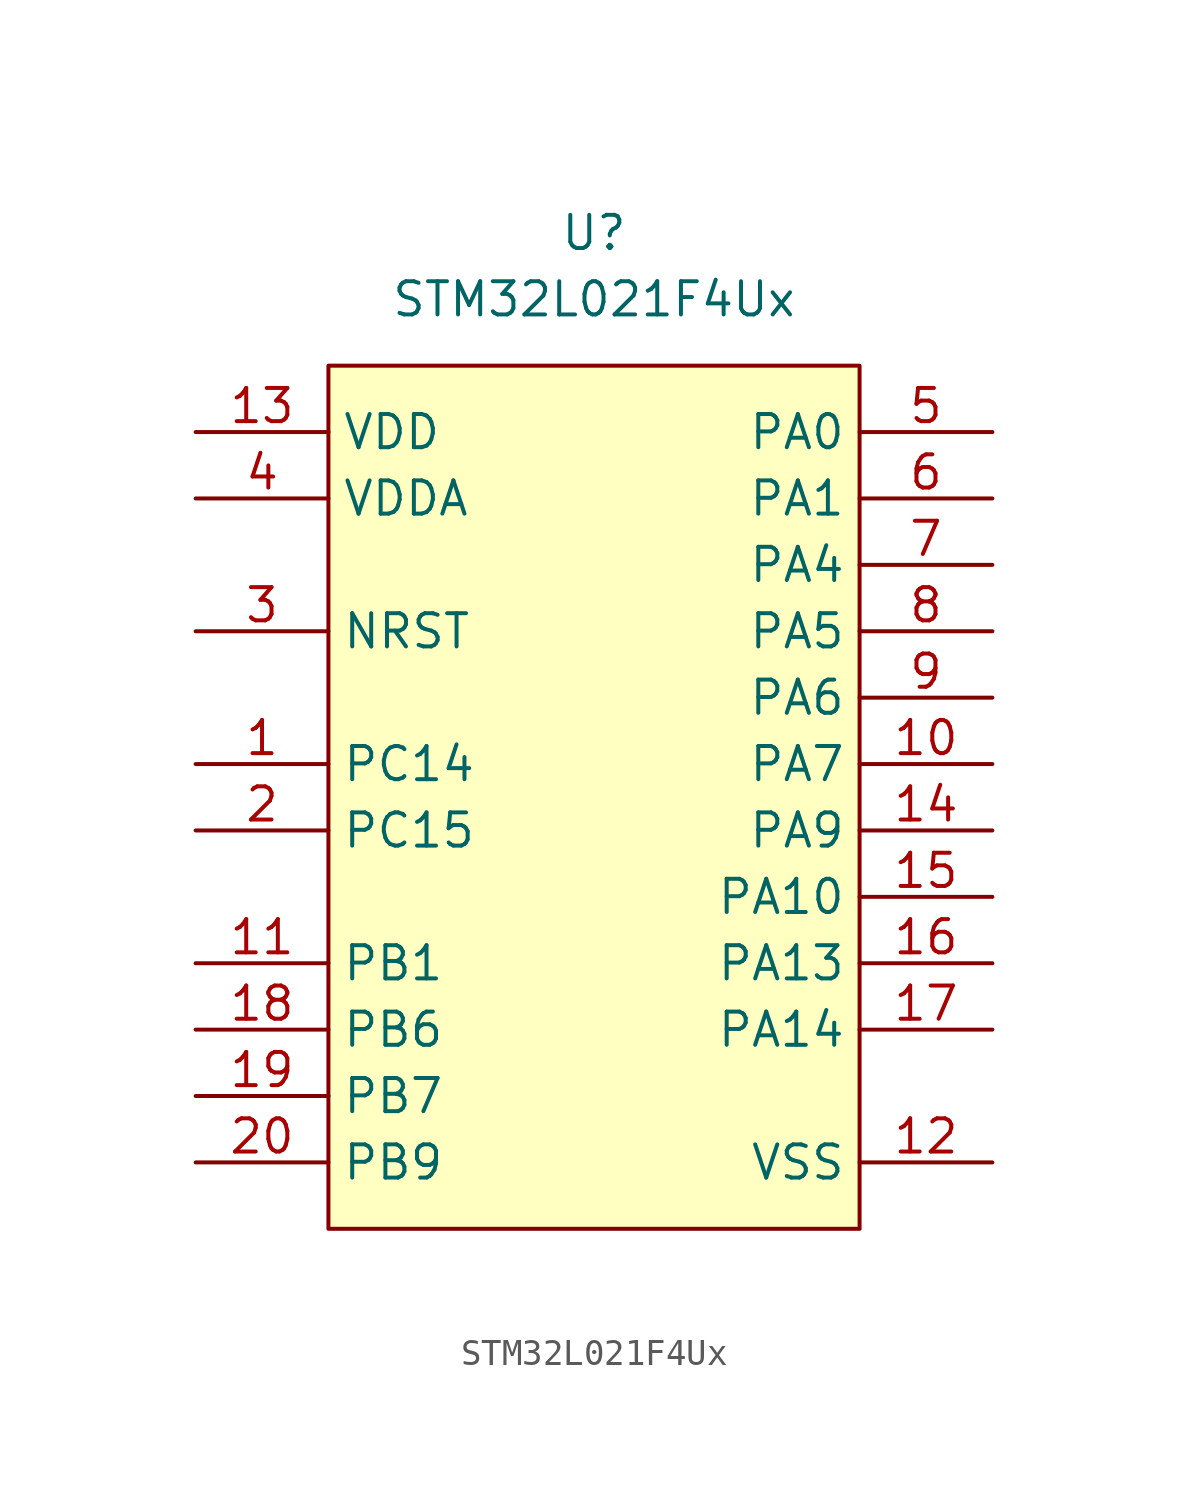
<source format=kicad_sym>
(kicad_symbol_lib
  (version 20241209)
  (generator "kicad_symbol_editor")
  (generator_version "9.0")
  (symbol "STM32L021F4Ux"
    (property "Reference" "U"
      (at 0 5.08 0)
      (effects (font (size 1.27 1.27))))
    (property "Value" "STM32L021F4Ux"
      (at 0 2.54 0)
      (effects (font (size 1.27 1.27))))
    (symbol "STM32L021F4Ux_1_1"
      (rectangle (start -10.16 0) (end 10.16 -33.02) (stroke (width 0) (type solid)) (fill (type background)))
      (pin power_in line (at -15.24 -2.54 0) (length 5.08) (name "VDD" (effects (font (size 1.27 1.27)))) (number "13" (effects (font (size 1.27 1.27)))))
      (pin power_in line (at -15.24 -5.08 0) (length 5.08) (name "VDDA" (effects (font (size 1.27 1.27)))) (number "4" (effects (font (size 1.27 1.27)))))
      (pin input line (at -15.24 -10.16 0) (length 5.08) (name "NRST" (effects (font (size 1.27 1.27)))) (number "3" (effects (font (size 1.27 1.27)))))
      (pin bidirectional line (at -15.24 -15.24 0) (length 5.08) (name "PC14" (effects (font (size 1.27 1.27)))) (number "1" (effects (font (size 1.27 1.27)))) (alternate "RCC_OSC32_IN" bidirectional line))
      (pin bidirectional line (at -15.24 -17.78 0) (length 5.08) (name "PC15" (effects (font (size 1.27 1.27)))) (number "2" (effects (font (size 1.27 1.27)))) (alternate "RCC_OSC32_OUT" bidirectional line))
      (pin bidirectional line (at -15.24 -22.86 0) (length 5.08) (name "PB1" (effects (font (size 1.27 1.27)))) (number "11" (effects (font (size 1.27 1.27)))) (alternate "ADC_IN9" bidirectional line) (alternate "LPTIM1_IN1" bidirectional line) (alternate "LPUART1_DE" bidirectional line) (alternate "LPUART1_RTS" bidirectional line) (alternate "SPI1_MOSI" bidirectional line) (alternate "SYS_VREF_OUT_PB1" bidirectional line) (alternate "TIM2_CH4" bidirectional line) (alternate "USART2_CK" bidirectional line))
      (pin bidirectional line (at -15.24 -25.4 0) (length 5.08) (name "PB6" (effects (font (size 1.27 1.27)))) (number "18" (effects (font (size 1.27 1.27)))) (alternate "COMP2_INP" bidirectional line) (alternate "I2C1_SCL" bidirectional line) (alternate "LPTIM1_ETR" bidirectional line) (alternate "LPUART1_TX" bidirectional line) (alternate "TIM2_CH3" bidirectional line) (alternate "USART2_TX" bidirectional line))
      (pin bidirectional line (at -15.24 -27.94 0) (length 5.08) (name "PB7" (effects (font (size 1.27 1.27)))) (number "19" (effects (font (size 1.27 1.27)))) (alternate "COMP2_INP" bidirectional line) (alternate "I2C1_SDA" bidirectional line) (alternate "LPTIM1_IN2" bidirectional line) (alternate "LPUART1_RX" bidirectional line) (alternate "SYS_PVD_IN" bidirectional line) (alternate "TIM2_CH4" bidirectional line) (alternate "USART2_RX" bidirectional line))
      (pin bidirectional line (at -15.24 -30.48 0) (length 5.08) (name "PB9" (effects (font (size 1.27 1.27)))) (number "20" (effects (font (size 1.27 1.27)))))
      (pin bidirectional line (at 15.24 -2.54 180) (length 5.08) (name "PA0" (effects (font (size 1.27 1.27)))) (number "5" (effects (font (size 1.27 1.27)))) (alternate "ADC_IN0" bidirectional line) (alternate "COMP1_INM" bidirectional line) (alternate "COMP1_OUT" bidirectional line) (alternate "LPTIM1_IN1" bidirectional line) (alternate "LPUART1_RX" bidirectional line) (alternate "RCC_CK_IN" bidirectional line) (alternate "RTC_TAMP2" bidirectional line) (alternate "SYS_WKUP1" bidirectional line) (alternate "TIM2_CH1" bidirectional line) (alternate "TIM2_ETR" bidirectional line) (alternate "USART2_CTS" bidirectional line) (alternate "USART2_RX" bidirectional line))
      (pin bidirectional line (at 15.24 -5.08 180) (length 5.08) (name "PA1" (effects (font (size 1.27 1.27)))) (number "6" (effects (font (size 1.27 1.27)))) (alternate "ADC_IN1" bidirectional line) (alternate "COMP1_INP" bidirectional line) (alternate "I2C1_SMBA" bidirectional line) (alternate "LPTIM1_IN2" bidirectional line) (alternate "LPUART1_TX" bidirectional line) (alternate "TIM21_ETR" bidirectional line) (alternate "TIM2_CH2" bidirectional line) (alternate "USART2_DE" bidirectional line) (alternate "USART2_RTS" bidirectional line))
      (pin bidirectional line (at 15.24 -7.62 180) (length 5.08) (name "PA4" (effects (font (size 1.27 1.27)))) (number "7" (effects (font (size 1.27 1.27)))) (alternate "ADC_IN4" bidirectional line) (alternate "COMP1_INM" bidirectional line) (alternate "COMP2_INM" bidirectional line) (alternate "COMP2_OUT" bidirectional line) (alternate "I2C1_SCL" bidirectional line) (alternate "LPTIM1_ETR" bidirectional line) (alternate "LPTIM1_IN1" bidirectional line) (alternate "LPUART1_TX" bidirectional line) (alternate "SPI1_NSS" bidirectional line) (alternate "TIM2_ETR" bidirectional line) (alternate "USART2_CK" bidirectional line))
      (pin bidirectional line (at 15.24 -10.16 180) (length 5.08) (name "PA5" (effects (font (size 1.27 1.27)))) (number "8" (effects (font (size 1.27 1.27)))) (alternate "ADC_IN5" bidirectional line) (alternate "COMP1_INM" bidirectional line) (alternate "COMP2_INM" bidirectional line) (alternate "LPTIM1_IN2" bidirectional line) (alternate "SPI1_SCK" bidirectional line) (alternate "TIM2_CH1" bidirectional line) (alternate "TIM2_ETR" bidirectional line))
      (pin bidirectional line (at 15.24 -12.7 180) (length 5.08) (name "PA6" (effects (font (size 1.27 1.27)))) (number "9" (effects (font (size 1.27 1.27)))) (alternate "ADC_IN6" bidirectional line) (alternate "COMP1_OUT" bidirectional line) (alternate "LPTIM1_ETR" bidirectional line) (alternate "LPUART1_CTS" bidirectional line) (alternate "SPI1_MISO" bidirectional line))
      (pin bidirectional line (at 15.24 -15.24 180) (length 5.08) (name "PA7" (effects (font (size 1.27 1.27)))) (number "10" (effects (font (size 1.27 1.27)))) (alternate "ADC_IN7" bidirectional line) (alternate "COMP2_INP" bidirectional line) (alternate "COMP2_OUT" bidirectional line) (alternate "LPTIM1_OUT" bidirectional line) (alternate "SPI1_MOSI" bidirectional line) (alternate "TIM21_ETR" bidirectional line) (alternate "USART2_CTS" bidirectional line))
      (pin bidirectional line (at 15.24 -17.78 180) (length 5.08) (name "PA9" (effects (font (size 1.27 1.27)))) (number "14" (effects (font (size 1.27 1.27)))) (alternate "COMP1_OUT" bidirectional line) (alternate "I2C1_SCL" bidirectional line) (alternate "LPTIM1_OUT" bidirectional line) (alternate "RCC_MCO" bidirectional line) (alternate "TIM21_CH2" bidirectional line) (alternate "USART2_TX" bidirectional line))
      (pin bidirectional line (at 15.24 -20.32 180) (length 5.08) (name "PA10" (effects (font (size 1.27 1.27)))) (number "15" (effects (font (size 1.27 1.27)))) (alternate "COMP1_OUT" bidirectional line) (alternate "I2C1_SDA" bidirectional line) (alternate "RTC_REFIN" bidirectional line) (alternate "TIM21_CH1" bidirectional line) (alternate "TIM2_CH3" bidirectional line) (alternate "USART2_RX" bidirectional line))
      (pin bidirectional line (at 15.24 -22.86 180) (length 5.08) (name "PA13" (effects (font (size 1.27 1.27)))) (number "16" (effects (font (size 1.27 1.27)))) (alternate "COMP1_OUT" bidirectional line) (alternate "I2C1_SDA" bidirectional line) (alternate "LPTIM1_ETR" bidirectional line) (alternate "LPUART1_RX" bidirectional line) (alternate "SPI1_SCK" bidirectional line) (alternate "SYS_SWDIO" bidirectional line))
      (pin bidirectional line (at 15.24 -25.4 180) (length 5.08) (name "PA14" (effects (font (size 1.27 1.27)))) (number "17" (effects (font (size 1.27 1.27)))) (alternate "COMP2_OUT" bidirectional line) (alternate "I2C1_SMBA" bidirectional line) (alternate "LPTIM1_OUT" bidirectional line) (alternate "LPUART1_TX" bidirectional line) (alternate "SPI1_MISO" bidirectional line) (alternate "SYS_SWCLK" bidirectional line) (alternate "USART2_TX" bidirectional line))
      (pin power_in line (at 15.24 -30.48 180) (length 5.08) (name "VSS" (effects (font (size 1.27 1.27)))) (number "12" (effects (font (size 1.27 1.27))))))))
</source>
